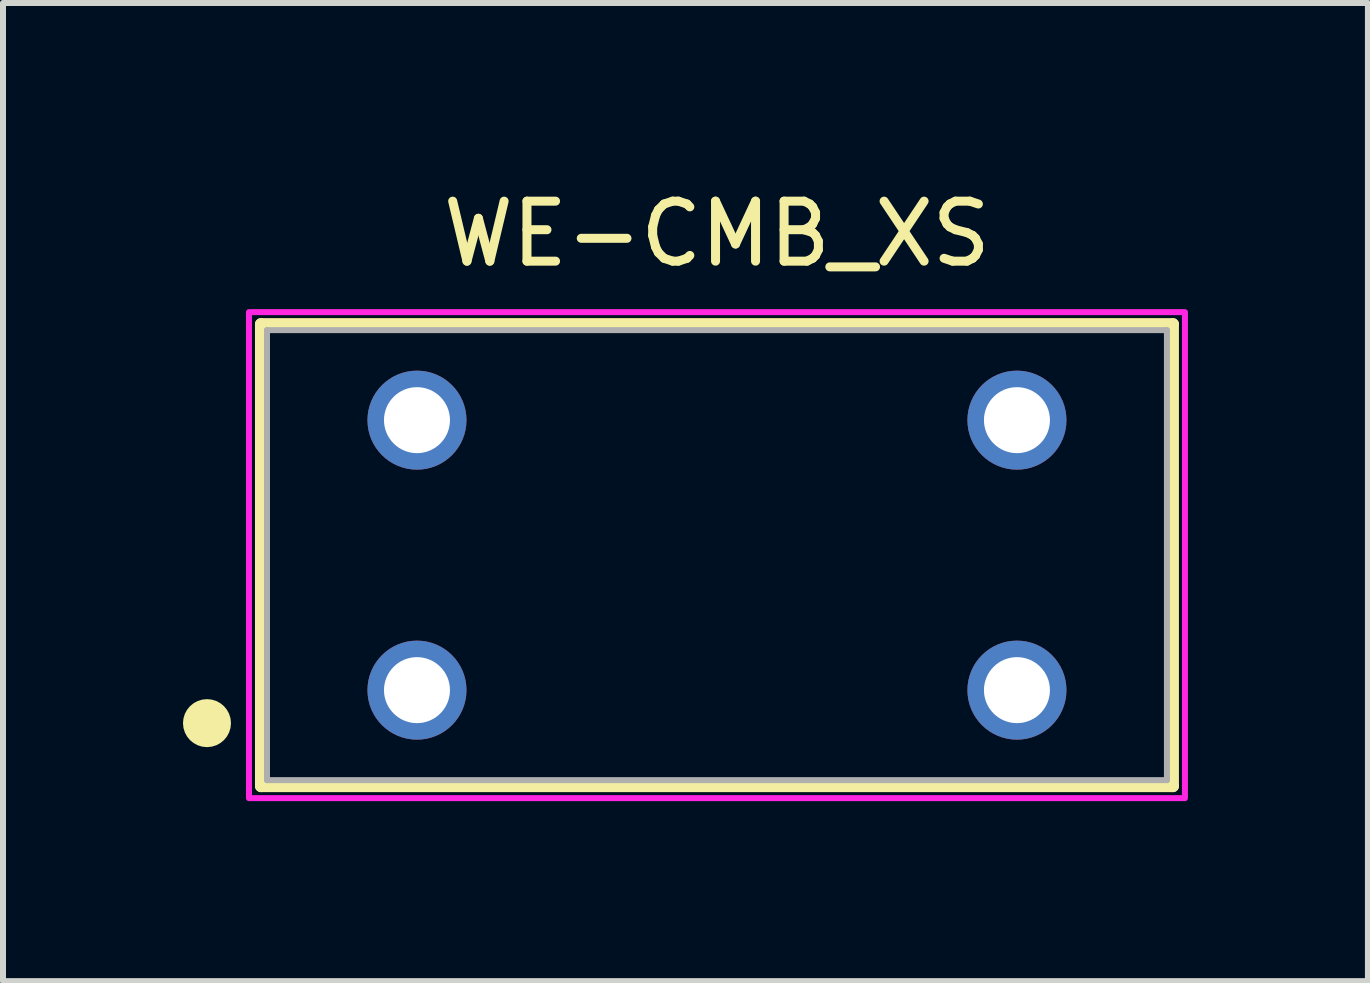
<source format=kicad_pcb>
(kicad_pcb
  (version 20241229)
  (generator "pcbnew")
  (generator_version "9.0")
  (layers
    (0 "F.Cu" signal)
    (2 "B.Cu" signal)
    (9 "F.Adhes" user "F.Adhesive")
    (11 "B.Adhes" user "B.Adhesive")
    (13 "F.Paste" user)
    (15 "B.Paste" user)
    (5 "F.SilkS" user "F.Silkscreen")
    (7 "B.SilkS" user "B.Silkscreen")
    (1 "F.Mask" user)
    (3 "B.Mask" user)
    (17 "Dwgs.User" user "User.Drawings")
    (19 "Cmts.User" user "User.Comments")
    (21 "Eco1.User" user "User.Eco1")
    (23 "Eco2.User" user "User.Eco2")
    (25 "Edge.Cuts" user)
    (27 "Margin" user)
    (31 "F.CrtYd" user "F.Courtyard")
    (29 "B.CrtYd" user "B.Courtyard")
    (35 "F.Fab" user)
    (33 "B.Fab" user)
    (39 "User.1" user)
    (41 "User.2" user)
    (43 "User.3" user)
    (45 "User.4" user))
  (footprint "WE-CMB_XS"
    (layer "F.Cu")
    (at 8.9 6.203)
    (property "Reference" "WE-CMB_XS" (at 0 -5.355 0) (layer "F.SilkS") (effects (font (size 1 1) (thickness 0.15))))
    (attr through_hole)
    (fp_line (start -7.6 -3.85) (end 7.6 -3.85) (stroke (width 0.2) (type solid)) (layer "F.SilkS"))
    (fp_line (start -7.6 3.85) (end -7.6 -3.85) (stroke (width 0.2) (type solid)) (layer "F.SilkS"))
    (fp_line (start 7.6 -3.85) (end 7.6 3.85) (stroke (width 0.2) (type solid)) (layer "F.SilkS"))
    (fp_line (start 7.6 3.85) (end -7.6 3.85) (stroke (width 0.2) (type solid)) (layer "F.SilkS"))
    (fp_circle (center -8.5 2.8) (end -8.3 2.8) (stroke (width 0.4) (type solid)) (fill no) (layer "F.SilkS"))
    (fp_poly (pts (xy -7.8 -4.05) (xy 7.8 -4.05) (xy 7.8 4.05) (xy -7.8 4.05)) (stroke (width 0.1) (type solid)) (fill no) (layer "F.CrtYd"))
    (fp_line (start -7.5 -3.75) (end 7.5 -3.75) (stroke (width 0.1) (type solid)) (layer "F.Fab"))
    (fp_line (start -7.5 3.75) (end -7.5 -3.75) (stroke (width 0.1) (type solid)) (layer "F.Fab"))
    (fp_line (start 7.5 -3.75) (end 7.5 3.75) (stroke (width 0.1) (type solid)) (layer "F.Fab"))
    (fp_line (start 7.5 3.75) (end -7.5 3.75) (stroke (width 0.1) (type solid)) (layer "F.Fab"))
    (pad "1" thru_hole circle (at -5 2.25) (size 1.65 1.65) (drill 1.1) (layers "*.Cu" "*.Mask"))
    (pad "2" thru_hole circle (at 5 2.25) (size 1.65 1.65) (drill 1.1) (layers "*.Cu" "*.Mask"))
    (pad "3" thru_hole circle (at 5 -2.25) (size 1.65 1.65) (drill 1.1) (layers "*.Cu" "*.Mask"))
    (pad "4" thru_hole circle (at -5 -2.25) (size 1.65 1.65) (drill 1.1) (layers "*.Cu" "*.Mask")))
  (gr_rect
    (start -3 -3)
    (end 19.75 13.303)
    (stroke (width 0.1) (type default))
    (fill no)
    (layer "Edge.Cuts")))
</source>
